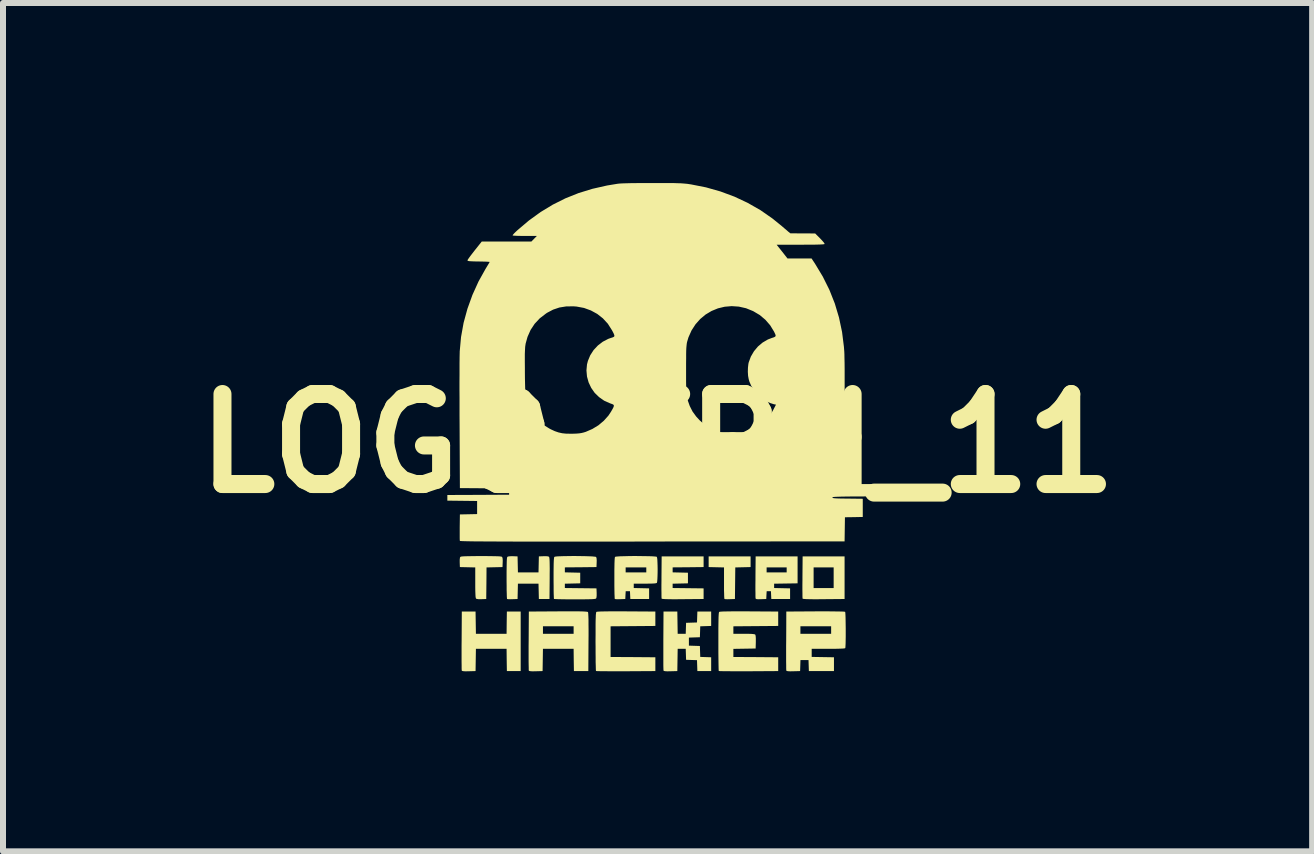
<source format=kicad_pcb>
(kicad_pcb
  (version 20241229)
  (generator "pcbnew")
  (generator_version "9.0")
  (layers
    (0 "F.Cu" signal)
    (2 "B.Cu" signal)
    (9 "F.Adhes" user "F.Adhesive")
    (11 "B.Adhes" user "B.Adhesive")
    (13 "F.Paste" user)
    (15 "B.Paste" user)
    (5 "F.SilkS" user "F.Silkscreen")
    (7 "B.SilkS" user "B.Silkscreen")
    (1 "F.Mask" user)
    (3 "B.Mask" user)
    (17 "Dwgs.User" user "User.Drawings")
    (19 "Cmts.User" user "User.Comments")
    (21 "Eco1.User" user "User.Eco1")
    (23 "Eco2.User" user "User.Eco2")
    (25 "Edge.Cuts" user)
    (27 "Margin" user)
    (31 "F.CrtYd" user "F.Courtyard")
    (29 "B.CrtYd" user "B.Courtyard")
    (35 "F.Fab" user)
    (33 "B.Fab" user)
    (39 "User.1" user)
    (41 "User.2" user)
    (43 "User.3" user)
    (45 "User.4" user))
  (footprint "LOGO_TRH_11"
    (layer "F.Cu")
    (at 7.907 4.337)
    (property "Reference" "LOGO_TRH_11" (at 0 0 0) (layer "F.SilkS") (effects (font (size 1.5 1.5) (thickness 0.3))))
    (attr board_only exclude_from_pos_files exclude_from_bom)
    (fp_poly (pts (xy 1.55 1.973) (xy 1.55 2.062) (xy 1.423 2.065) (xy 1.295 2.068) (xy 1.292 2.331) (xy 1.289 2.594) (xy 1.205 2.597) (xy 1.165 2.598) (xy 1.134 2.597) (xy 1.116 2.594) (xy 1.114 2.593) (xy 1.112 2.581) (xy 1.11 2.551) (xy 1.109 2.506) (xy 1.107 2.449) (xy 1.107 2.382) (xy 1.107 2.327) (xy 1.107 2.068) (xy 0.979 2.065) (xy 0.851 2.062) (xy 0.851 1.973) (xy 0.851 1.884) (xy 1.201 1.884) (xy 1.55 1.884)) (stroke (width 0) (type solid)) (fill yes) (layer "F.SilkS"))
    (fp_poly (pts (xy 3.116 2.239) (xy 3.116 2.594) (xy 2.769 2.597) (xy 2.67 2.598) (xy 2.591 2.598) (xy 2.529 2.597) (xy 2.482 2.596) (xy 2.45 2.594) (xy 2.429 2.592) (xy 2.418 2.589) (xy 2.416 2.587) (xy 2.415 2.573) (xy 2.414 2.542) (xy 2.414 2.494) (xy 2.413 2.434) (xy 2.413 2.362) (xy 2.414 2.283) (xy 2.414 2.239) (xy 2.6 2.239) (xy 2.6 2.412) (xy 2.767 2.412) (xy 2.934 2.412) (xy 2.934 2.239) (xy 2.934 2.067) (xy 2.767 2.067) (xy 2.6 2.067) (xy 2.6 2.239) (xy 2.414 2.239) (xy 2.414 2.229) (xy 2.417 1.884) (xy 2.767 1.884) (xy 3.116 1.884)) (stroke (width 0) (type solid)) (fill yes) (layer "F.SilkS"))
    (fp_poly (pts (xy -3.03 2.988) (xy -3.027 3.174) (xy -2.772 3.174) (xy -2.516 3.174) (xy -2.514 2.988) (xy -2.511 2.803) (xy -2.396 2.803) (xy -2.281 2.803) (xy -2.281 3.299) (xy -2.281 3.795) (xy -2.396 3.795) (xy -2.511 3.795) (xy -2.514 3.61) (xy -2.516 3.424) (xy -2.772 3.424) (xy -3.027 3.424) (xy -3.03 3.61) (xy -3.033 3.795) (xy -3.145 3.798) (xy -3.199 3.799) (xy -3.235 3.797) (xy -3.255 3.793) (xy -3.263 3.787) (xy -3.264 3.775) (xy -3.265 3.743) (xy -3.265 3.695) (xy -3.266 3.632) (xy -3.266 3.557) (xy -3.266 3.471) (xy -3.266 3.378) (xy -3.265 3.289) (xy -3.262 2.803) (xy -3.148 2.803) (xy -3.033 2.803)) (stroke (width 0) (type solid)) (fill yes) (layer "F.SilkS"))
    (fp_poly (pts (xy 0.767 1.973) (xy 0.767 2.062) (xy 0.509 2.065) (xy 0.251 2.067) (xy 0.251 2.109) (xy 0.251 2.15) (xy 0.378 2.153) (xy 0.506 2.156) (xy 0.506 2.245) (xy 0.506 2.333) (xy 0.378 2.336) (xy 0.251 2.339) (xy 0.251 2.375) (xy 0.251 2.411) (xy 0.509 2.414) (xy 0.767 2.417) (xy 0.767 2.506) (xy 0.767 2.594) (xy 0.42 2.597) (xy 0.321 2.598) (xy 0.242 2.598) (xy 0.18 2.597) (xy 0.133 2.596) (xy 0.101 2.594) (xy 0.08 2.592) (xy 0.069 2.589) (xy 0.067 2.587) (xy 0.066 2.573) (xy 0.065 2.542) (xy 0.065 2.494) (xy 0.064 2.434) (xy 0.064 2.362) (xy 0.065 2.283) (xy 0.065 2.229) (xy 0.068 1.884) (xy 0.418 1.884) (xy 0.767 1.884)) (stroke (width 0) (type solid)) (fill yes) (layer "F.SilkS"))
    (fp_poly (pts (xy -2.843 1.879) (xy -2.766 1.88) (xy -2.707 1.881) (xy -2.661 1.882) (xy -2.629 1.884) (xy -2.608 1.887) (xy -2.595 1.89) (xy -2.59 1.894) (xy -2.583 1.914) (xy -2.58 1.95) (xy -2.581 1.985) (xy -2.584 2.062) (xy -2.717 2.065) (xy -2.85 2.068) (xy -2.852 2.331) (xy -2.855 2.594) (xy -2.934 2.597) (xy -2.985 2.597) (xy -3.016 2.592) (xy -3.025 2.587) (xy -3.029 2.577) (xy -3.033 2.554) (xy -3.035 2.517) (xy -3.037 2.464) (xy -3.038 2.394) (xy -3.038 2.321) (xy -3.038 2.068) (xy -3.166 2.065) (xy -3.294 2.062) (xy -3.297 1.985) (xy -3.297 1.939) (xy -3.293 1.906) (xy -3.288 1.894) (xy -3.281 1.89) (xy -3.267 1.886) (xy -3.244 1.884) (xy -3.21 1.882) (xy -3.163 1.881) (xy -3.101 1.88) (xy -3.022 1.879) (xy -2.939 1.879)) (stroke (width 0) (type solid)) (fill yes) (layer "F.SilkS"))
    (fp_poly (pts (xy 2.333 2.109) (xy 2.333 2.333) (xy 2.138 2.336) (xy 1.942 2.339) (xy 1.942 2.375) (xy 1.942 2.411) (xy 2.075 2.414) (xy 2.208 2.417) (xy 2.208 2.506) (xy 2.208 2.594) (xy 2.051 2.594) (xy 1.895 2.594) (xy 1.892 2.529) (xy 1.889 2.464) (xy 1.853 2.464) (xy 1.818 2.464) (xy 1.814 2.529) (xy 1.811 2.594) (xy 1.725 2.597) (xy 1.678 2.598) (xy 1.65 2.596) (xy 1.636 2.59) (xy 1.634 2.587) (xy 1.632 2.573) (xy 1.631 2.542) (xy 1.631 2.494) (xy 1.63 2.434) (xy 1.63 2.362) (xy 1.631 2.283) (xy 1.631 2.229) (xy 1.632 2.109) (xy 1.817 2.109) (xy 1.817 2.151) (xy 1.984 2.151) (xy 2.151 2.151) (xy 2.151 2.109) (xy 2.151 2.067) (xy 1.984 2.067) (xy 1.817 2.067) (xy 1.817 2.109) (xy 1.632 2.109) (xy 1.634 1.884) (xy 1.984 1.884) (xy 2.333 1.884)) (stroke (width 0) (type solid)) (fill yes) (layer "F.SilkS"))
    (fp_poly (pts (xy -0.617 2.8) (xy -0.521 2.8) (xy -0.037 2.803) (xy -0.037 2.923) (xy -0.037 3.043) (xy -0.41 3.046) (xy -0.783 3.049) (xy -0.783 3.304) (xy -0.783 3.56) (xy -0.41 3.562) (xy -0.037 3.565) (xy -0.037 3.68) (xy -0.037 3.795) (xy -0.528 3.798) (xy -0.627 3.798) (xy -0.72 3.798) (xy -0.805 3.798) (xy -0.879 3.797) (xy -0.94 3.797) (xy -0.986 3.796) (xy -1.016 3.795) (xy -1.026 3.793) (xy -1.028 3.782) (xy -1.029 3.751) (xy -1.03 3.704) (xy -1.032 3.643) (xy -1.032 3.569) (xy -1.033 3.484) (xy -1.033 3.391) (xy -1.034 3.304) (xy -1.033 3.187) (xy -1.033 3.09) (xy -1.033 3.011) (xy -1.032 2.947) (xy -1.03 2.898) (xy -1.029 2.861) (xy -1.026 2.836) (xy -1.024 2.819) (xy -1.021 2.811) (xy -1.019 2.809) (xy -1.009 2.806) (xy -0.984 2.804) (xy -0.945 2.802) (xy -0.889 2.801) (xy -0.817 2.8) (xy -0.727 2.8)) (stroke (width 0) (type solid)) (fill yes) (layer "F.SilkS"))
    (fp_poly (pts (xy -2.41 1.881) (xy -2.333 1.884) (xy -2.33 2.017) (xy -2.327 2.151) (xy -2.156 2.151) (xy -1.984 2.151) (xy -1.981 2.017) (xy -1.978 1.884) (xy -1.899 1.881) (xy -1.853 1.881) (xy -1.824 1.884) (xy -1.809 1.891) (xy -1.808 1.893) (xy -1.804 1.904) (xy -1.801 1.928) (xy -1.799 1.967) (xy -1.798 2.021) (xy -1.797 2.093) (xy -1.798 2.184) (xy -1.798 2.251) (xy -1.801 2.594) (xy -1.89 2.594) (xy -1.978 2.594) (xy -1.981 2.466) (xy -1.984 2.339) (xy -2.156 2.339) (xy -2.327 2.339) (xy -2.33 2.466) (xy -2.333 2.594) (xy -2.417 2.597) (xy -2.457 2.598) (xy -2.489 2.597) (xy -2.507 2.594) (xy -2.509 2.593) (xy -2.51 2.581) (xy -2.512 2.551) (xy -2.513 2.505) (xy -2.515 2.445) (xy -2.515 2.375) (xy -2.516 2.297) (xy -2.516 2.244) (xy -2.516 2.148) (xy -2.515 2.07) (xy -2.514 2.01) (xy -2.513 1.964) (xy -2.511 1.931) (xy -2.509 1.909) (xy -2.505 1.896) (xy -2.501 1.89) (xy -2.482 1.884) (xy -2.445 1.881)) (stroke (width 0) (type solid)) (fill yes) (layer "F.SilkS"))
    (fp_poly (pts (xy -1.365 2.8) (xy -1.301 2.8) (xy -1.252 2.801) (xy -1.215 2.803) (xy -1.189 2.805) (xy -1.172 2.807) (xy -1.162 2.81) (xy -1.16 2.812) (xy -1.157 2.822) (xy -1.155 2.846) (xy -1.153 2.885) (xy -1.151 2.939) (xy -1.151 3.01) (xy -1.15 3.098) (xy -1.15 3.206) (xy -1.151 3.311) (xy -1.154 3.795) (xy -1.274 3.795) (xy -1.394 3.795) (xy -1.397 3.61) (xy -1.399 3.424) (xy -1.655 3.424) (xy -1.91 3.424) (xy -1.913 3.61) (xy -1.916 3.795) (xy -2.028 3.798) (xy -2.082 3.799) (xy -2.117 3.797) (xy -2.138 3.793) (xy -2.146 3.787) (xy -2.147 3.775) (xy -2.147 3.743) (xy -2.148 3.695) (xy -2.149 3.632) (xy -2.149 3.557) (xy -2.149 3.471) (xy -2.149 3.378) (xy -2.148 3.289) (xy -2.147 3.111) (xy -1.91 3.111) (xy -1.91 3.174) (xy -1.655 3.174) (xy -1.399 3.174) (xy -1.399 3.111) (xy -1.399 3.048) (xy -1.655 3.048) (xy -1.91 3.048) (xy -1.91 3.111) (xy -2.147 3.111) (xy -2.145 2.803) (xy -1.659 2.8) (xy -1.542 2.8) (xy -1.445 2.8)) (stroke (width 0) (type solid)) (fill yes) (layer "F.SilkS"))
    (fp_poly (pts (xy 0.332 2.988) (xy 0.335 3.174) (xy 0.402 3.174) (xy 0.469 3.174) (xy 0.472 3.082) (xy 0.475 2.991) (xy 0.566 2.988) (xy 0.657 2.985) (xy 0.66 2.894) (xy 0.663 2.803) (xy 0.778 2.803) (xy 0.893 2.803) (xy 0.893 2.923) (xy 0.893 3.043) (xy 0.802 3.046) (xy 0.711 3.049) (xy 0.708 3.14) (xy 0.705 3.231) (xy 0.613 3.234) (xy 0.522 3.237) (xy 0.522 3.304) (xy 0.522 3.371) (xy 0.613 3.374) (xy 0.705 3.377) (xy 0.708 3.468) (xy 0.711 3.559) (xy 0.802 3.562) (xy 0.893 3.565) (xy 0.893 3.68) (xy 0.893 3.795) (xy 0.778 3.795) (xy 0.663 3.795) (xy 0.66 3.704) (xy 0.657 3.613) (xy 0.566 3.61) (xy 0.475 3.607) (xy 0.472 3.516) (xy 0.469 3.424) (xy 0.402 3.424) (xy 0.335 3.424) (xy 0.332 3.61) (xy 0.329 3.795) (xy 0.216 3.798) (xy 0.163 3.799) (xy 0.127 3.797) (xy 0.107 3.793) (xy 0.099 3.787) (xy 0.098 3.775) (xy 0.097 3.743) (xy 0.096 3.695) (xy 0.096 3.632) (xy 0.096 3.557) (xy 0.096 3.471) (xy 0.096 3.378) (xy 0.096 3.289) (xy 0.099 2.803) (xy 0.214 2.803) (xy 0.329 2.803)) (stroke (width 0) (type solid)) (fill yes) (layer "F.SilkS"))
    (fp_poly (pts (xy 1.429 2.8) (xy 1.525 2.8) (xy 2.01 2.803) (xy 2.01 2.923) (xy 2.01 3.043) (xy 1.636 3.046) (xy 1.263 3.049) (xy 1.263 3.111) (xy 1.263 3.174) (xy 1.439 3.174) (xy 1.508 3.174) (xy 1.558 3.175) (xy 1.592 3.178) (xy 1.614 3.181) (xy 1.626 3.186) (xy 1.628 3.188) (xy 1.634 3.208) (xy 1.637 3.247) (xy 1.637 3.305) (xy 1.637 3.311) (xy 1.634 3.419) (xy 1.449 3.422) (xy 1.263 3.425) (xy 1.263 3.492) (xy 1.263 3.56) (xy 1.636 3.562) (xy 2.01 3.565) (xy 2.01 3.68) (xy 2.01 3.795) (xy 1.518 3.798) (xy 1.419 3.798) (xy 1.326 3.798) (xy 1.242 3.798) (xy 1.168 3.797) (xy 1.107 3.797) (xy 1.06 3.796) (xy 1.03 3.795) (xy 1.02 3.793) (xy 1.018 3.782) (xy 1.017 3.751) (xy 1.016 3.704) (xy 1.015 3.643) (xy 1.014 3.569) (xy 1.013 3.484) (xy 1.013 3.391) (xy 1.013 3.304) (xy 1.013 3.187) (xy 1.013 3.09) (xy 1.014 3.011) (xy 1.015 2.947) (xy 1.016 2.898) (xy 1.018 2.861) (xy 1.02 2.836) (xy 1.022 2.819) (xy 1.026 2.811) (xy 1.027 2.809) (xy 1.037 2.806) (xy 1.062 2.804) (xy 1.101 2.802) (xy 1.157 2.801) (xy 1.229 2.8) (xy 1.319 2.8)) (stroke (width 0) (type solid)) (fill yes) (layer "F.SilkS"))
    (fp_poly (pts (xy -1.356 1.878) (xy -1.282 1.879) (xy -1.212 1.88) (xy -1.149 1.882) (xy -1.095 1.884) (xy -1.054 1.888) (xy -1.03 1.891) (xy -1.024 1.894) (xy -1.017 1.914) (xy -1.014 1.95) (xy -1.015 1.985) (xy -1.018 2.062) (xy -1.281 2.065) (xy -1.545 2.067) (xy -1.545 2.109) (xy -1.545 2.15) (xy -1.417 2.153) (xy -1.289 2.156) (xy -1.289 2.245) (xy -1.289 2.333) (xy -1.417 2.336) (xy -1.545 2.339) (xy -1.545 2.375) (xy -1.545 2.411) (xy -1.281 2.414) (xy -1.018 2.417) (xy -1.015 2.493) (xy -1.015 2.54) (xy -1.019 2.572) (xy -1.024 2.585) (xy -1.031 2.589) (xy -1.044 2.592) (xy -1.067 2.595) (xy -1.101 2.597) (xy -1.148 2.598) (xy -1.21 2.599) (xy -1.289 2.599) (xy -1.378 2.6) (xy -1.46 2.599) (xy -1.536 2.599) (xy -1.602 2.598) (xy -1.657 2.597) (xy -1.697 2.595) (xy -1.721 2.594) (xy -1.726 2.593) (xy -1.728 2.581) (xy -1.729 2.551) (xy -1.731 2.505) (xy -1.732 2.445) (xy -1.732 2.375) (xy -1.733 2.297) (xy -1.733 2.245) (xy -1.733 2.143) (xy -1.732 2.061) (xy -1.731 1.997) (xy -1.729 1.949) (xy -1.726 1.917) (xy -1.723 1.898) (xy -1.72 1.892) (xy -1.706 1.888) (xy -1.674 1.884) (xy -1.628 1.882) (xy -1.57 1.88) (xy -1.503 1.879) (xy -1.431 1.878)) (stroke (width 0) (type solid)) (fill yes) (layer "F.SilkS"))
    (fp_poly (pts (xy 2.861 2.8) (xy 2.951 2.801) (xy 3.023 2.802) (xy 3.077 2.803) (xy 3.111 2.805) (xy 3.125 2.808) (xy 3.125 2.808) (xy 3.128 2.821) (xy 3.13 2.851) (xy 3.132 2.895) (xy 3.133 2.951) (xy 3.134 3.015) (xy 3.135 3.083) (xy 3.135 3.152) (xy 3.135 3.22) (xy 3.134 3.282) (xy 3.133 3.336) (xy 3.131 3.378) (xy 3.129 3.405) (xy 3.127 3.413) (xy 3.114 3.417) (xy 3.08 3.42) (xy 3.025 3.422) (xy 2.95 3.424) (xy 2.853 3.424) (xy 2.844 3.424) (xy 2.568 3.424) (xy 2.568 3.492) (xy 2.568 3.559) (xy 2.753 3.562) (xy 2.939 3.565) (xy 2.939 3.68) (xy 2.939 3.795) (xy 2.73 3.795) (xy 2.521 3.795) (xy 2.518 3.704) (xy 2.515 3.612) (xy 2.448 3.612) (xy 2.381 3.612) (xy 2.378 3.704) (xy 2.375 3.795) (xy 2.263 3.798) (xy 2.209 3.799) (xy 2.173 3.797) (xy 2.153 3.793) (xy 2.145 3.787) (xy 2.144 3.775) (xy 2.143 3.743) (xy 2.143 3.695) (xy 2.142 3.632) (xy 2.142 3.557) (xy 2.142 3.471) (xy 2.142 3.378) (xy 2.143 3.289) (xy 2.144 3.111) (xy 2.38 3.111) (xy 2.38 3.174) (xy 2.636 3.174) (xy 2.892 3.174) (xy 2.892 3.111) (xy 2.892 3.048) (xy 2.636 3.048) (xy 2.38 3.048) (xy 2.38 3.111) (xy 2.144 3.111) (xy 2.145 2.803) (xy 2.63 2.8) (xy 2.754 2.8)) (stroke (width 0) (type solid)) (fill yes) (layer "F.SilkS"))
    (fp_poly (pts (xy -0.271 1.879) (xy -0.2 1.88) (xy -0.137 1.881) (xy -0.083 1.883) (xy -0.043 1.886) (xy -0.018 1.889) (xy -0.013 1.892) (xy -0.008 1.907) (xy -0.004 1.938) (xy -0.002 1.983) (xy 0.000002 2.036) (xy 0.001 2.095) (xy 0.000459 2.154) (xy -0.001 2.21) (xy -0.003 2.26) (xy -0.006 2.298) (xy -0.01 2.321) (xy -0.013 2.326) (xy -0.026 2.331) (xy -0.055 2.335) (xy -0.102 2.337) (xy -0.167 2.338) (xy -0.211 2.339) (xy -0.397 2.339) (xy -0.397 2.375) (xy -0.397 2.411) (xy -0.269 2.414) (xy -0.141 2.417) (xy -0.141 2.506) (xy -0.141 2.594) (xy -0.298 2.594) (xy -0.454 2.594) (xy -0.457 2.529) (xy -0.46 2.464) (xy -0.496 2.464) (xy -0.531 2.464) (xy -0.535 2.529) (xy -0.538 2.594) (xy -0.622 2.597) (xy -0.662 2.598) (xy -0.693 2.597) (xy -0.711 2.594) (xy -0.713 2.593) (xy -0.715 2.581) (xy -0.716 2.551) (xy -0.718 2.505) (xy -0.719 2.445) (xy -0.72 2.375) (xy -0.72 2.297) (xy -0.72 2.245) (xy -0.72 2.143) (xy -0.72 2.109) (xy -0.532 2.109) (xy -0.532 2.151) (xy -0.36 2.151) (xy -0.188 2.151) (xy -0.188 2.109) (xy -0.188 2.067) (xy -0.36 2.067) (xy -0.532 2.067) (xy -0.532 2.109) (xy -0.72 2.109) (xy -0.719 2.061) (xy -0.718 1.997) (xy -0.716 1.949) (xy -0.714 1.917) (xy -0.711 1.898) (xy -0.708 1.892) (xy -0.694 1.888) (xy -0.662 1.885) (xy -0.616 1.882) (xy -0.558 1.881) (xy -0.491 1.879) (xy -0.419 1.878) (xy -0.344 1.878)) (stroke (width 0) (type solid)) (fill yes) (layer "F.SilkS"))
    (fp_poly (pts (xy -0.084 -4.337) (xy 0.033 -4.337) (xy 0.131 -4.337) (xy 0.213 -4.337) (xy 0.281 -4.336) (xy 0.337 -4.334) (xy 0.384 -4.333) (xy 0.424 -4.33) (xy 0.46 -4.327) (xy 0.493 -4.324) (xy 0.526 -4.319) (xy 0.559 -4.314) (xy 0.807 -4.265) (xy 1.047 -4.197) (xy 1.279 -4.111) (xy 1.501 -4.007) (xy 1.713 -3.886) (xy 1.913 -3.747) (xy 2.072 -3.618) (xy 2.109 -3.586) (xy 2.145 -3.556) (xy 2.172 -3.532) (xy 2.179 -3.526) (xy 2.213 -3.499) (xy 2.419 -3.498) (xy 2.626 -3.497) (xy 2.708 -3.415) (xy 2.742 -3.379) (xy 2.767 -3.35) (xy 2.781 -3.329) (xy 2.783 -3.321) (xy 2.773 -3.318) (xy 2.748 -3.315) (xy 2.706 -3.313) (xy 2.647 -3.311) (xy 2.569 -3.31) (xy 2.472 -3.31) (xy 2.38 -3.309) (xy 1.984 -3.309) (xy 2.075 -3.195) (xy 2.165 -3.08) (xy 2.366 -3.08) (xy 2.566 -3.08) (xy 2.623 -2.994) (xy 2.753 -2.778) (xy 2.863 -2.557) (xy 2.953 -2.33) (xy 3.023 -2.096) (xy 3.074 -1.855) (xy 3.105 -1.607) (xy 3.111 -1.529) (xy 3.113 -1.485) (xy 3.114 -1.421) (xy 3.116 -1.337) (xy 3.117 -1.234) (xy 3.117 -1.113) (xy 3.117 -0.973) (xy 3.117 -0.817) (xy 3.116 -0.644) (xy 3.115 -0.454) (xy 3.115 -0.342) (xy 3.108 0.679) (xy 3.515 0.679) (xy 3.621 0.679) (xy 3.708 0.679) (xy 3.777 0.68) (xy 3.832 0.681) (xy 3.872 0.682) (xy 3.901 0.684) (xy 3.92 0.687) (xy 3.931 0.69) (xy 3.935 0.693) (xy 3.941 0.713) (xy 3.944 0.751) (xy 3.944 0.795) (xy 3.941 0.882) (xy 3.427 0.885) (xy 3.309 0.886) (xy 3.209 0.886) (xy 3.128 0.887) (xy 3.063 0.888) (xy 3.011 0.89) (xy 2.973 0.891) (xy 2.945 0.893) (xy 2.927 0.895) (xy 2.917 0.898) (xy 2.913 0.902) (xy 2.913 0.903) (xy 2.915 0.908) (xy 2.925 0.912) (xy 2.944 0.915) (xy 2.974 0.917) (xy 3.017 0.919) (xy 3.077 0.92) (xy 3.155 0.921) (xy 3.166 0.921) (xy 3.419 0.924) (xy 3.419 1.075) (xy 3.419 1.227) (xy 3.27 1.23) (xy 3.122 1.232) (xy 3.119 1.433) (xy 3.116 1.634) (xy -0.086 1.636) (xy -0.402 1.637) (xy -0.697 1.637) (xy -0.973 1.637) (xy -1.23 1.637) (xy -1.468 1.637) (xy -1.688 1.637) (xy -1.891 1.637) (xy -2.078 1.637) (xy -2.248 1.637) (xy -2.403 1.637) (xy -2.543 1.636) (xy -2.669 1.636) (xy -2.782 1.635) (xy -2.881 1.635) (xy -2.968 1.634) (xy -3.043 1.634) (xy -3.107 1.633) (xy -3.161 1.632) (xy -3.205 1.631) (xy -3.239 1.63) (xy -3.264 1.629) (xy -3.282 1.628) (xy -3.291 1.627) (xy -3.294 1.626) (xy -3.296 1.612) (xy -3.297 1.58) (xy -3.297 1.534) (xy -3.297 1.478) (xy -3.297 1.413) (xy -3.297 1.399) (xy -3.294 1.185) (xy -3.15 1.182) (xy -3.007 1.179) (xy -3.007 1.07) (xy -3.007 0.961) (xy -3.255 0.958) (xy -3.503 0.955) (xy -3.503 0.908) (xy -3.503 0.861) (xy -2.988 0.859) (xy -2.474 0.856) (xy -2.474 0.804) (xy -2.474 0.752) (xy -2.884 0.749) (xy -3.294 0.746) (xy -3.299 -0.318) (xy -3.3 -0.469) (xy -3.3 -0.617) (xy -3.3 -0.759) (xy -3.301 -0.894) (xy -3.301 -1.022) (xy -3.3 -1.139) (xy -3.3 -1.244) (xy -3.3 -1.336) (xy -3.299 -1.413) (xy -3.299 -1.427) (xy -2.212 -1.427) (xy -2.212 -1.352) (xy -2.211 -1.259) (xy -2.211 -1.184) (xy -2.21 -1.075) (xy -2.208 -0.985) (xy -2.206 -0.91) (xy -2.204 -0.849) (xy -2.2 -0.8) (xy -2.195 -0.758) (xy -2.188 -0.723) (xy -2.179 -0.691) (xy -2.167 -0.66) (xy -2.153 -0.627) (xy -2.136 -0.591) (xy -2.135 -0.59) (xy -2.074 -0.483) (xy -2 -0.392) (xy -1.911 -0.314) (xy -1.806 -0.248) (xy -1.78 -0.234) (xy -1.713 -0.203) (xy -1.652 -0.182) (xy -1.59 -0.168) (xy -1.523 -0.161) (xy -1.442 -0.16) (xy -1.415 -0.16) (xy -1.353 -0.162) (xy -1.306 -0.166) (xy -1.267 -0.172) (xy -1.23 -0.181) (xy -1.195 -0.192) (xy -1.087 -0.239) (xy -0.985 -0.301) (xy -0.895 -0.377) (xy -0.819 -0.462) (xy -0.776 -0.527) (xy -0.749 -0.574) (xy -0.733 -0.606) (xy -0.728 -0.628) (xy -0.734 -0.642) (xy -0.753 -0.653) (xy -0.785 -0.664) (xy -0.795 -0.668) (xy -0.891 -0.711) (xy -0.975 -0.77) (xy -1.048 -0.841) (xy -1.106 -0.924) (xy -1.149 -1.015) (xy -1.176 -1.112) (xy -1.185 -1.213) (xy -1.185 -1.216) (xy 0.475 -1.216) (xy 0.475 -1.113) (xy 0.475 -1.028) (xy 0.476 -0.959) (xy 0.477 -0.905) (xy 0.478 -0.861) (xy 0.48 -0.827) (xy 0.483 -0.8) (xy 0.486 -0.777) (xy 0.491 -0.756) (xy 0.496 -0.736) (xy 0.499 -0.726) (xy 0.536 -0.622) (xy 0.582 -0.531) (xy 0.643 -0.447) (xy 0.704 -0.381) (xy 0.792 -0.303) (xy 0.884 -0.244) (xy 0.983 -0.2) (xy 1.054 -0.178) (xy 1.139 -0.163) (xy 1.234 -0.157) (xy 1.329 -0.16) (xy 1.418 -0.173) (xy 1.436 -0.177) (xy 1.543 -0.212) (xy 1.639 -0.259) (xy 1.728 -0.323) (xy 1.791 -0.381) (xy 1.841 -0.433) (xy 1.878 -0.478) (xy 1.908 -0.523) (xy 1.929 -0.56) (xy 1.973 -0.645) (xy 1.939 -0.651) (xy 1.874 -0.672) (xy 1.804 -0.707) (xy 1.734 -0.756) (xy 1.67 -0.812) (xy 1.609 -0.882) (xy 1.563 -0.952) (xy 1.53 -1.028) (xy 1.518 -1.07) (xy 1.508 -1.125) (xy 1.504 -1.192) (xy 1.506 -1.261) (xy 1.513 -1.324) (xy 1.519 -1.35) (xy 1.554 -1.445) (xy 1.606 -1.534) (xy 1.672 -1.613) (xy 1.75 -1.679) (xy 1.837 -1.73) (xy 1.902 -1.755) (xy 1.939 -1.767) (xy 1.96 -1.778) (xy 1.968 -1.793) (xy 1.962 -1.816) (xy 1.945 -1.852) (xy 1.939 -1.864) (xy 1.876 -1.967) (xy 1.796 -2.059) (xy 1.702 -2.138) (xy 1.594 -2.202) (xy 1.592 -2.203) (xy 1.474 -2.251) (xy 1.354 -2.278) (xy 1.235 -2.286) (xy 1.118 -2.276) (xy 1.006 -2.249) (xy 0.899 -2.205) (xy 0.8 -2.146) (xy 0.71 -2.071) (xy 0.632 -1.983) (xy 0.566 -1.881) (xy 0.515 -1.767) (xy 0.493 -1.694) (xy 0.488 -1.673) (xy 0.485 -1.65) (xy 0.482 -1.622) (xy 0.479 -1.587) (xy 0.477 -1.543) (xy 0.476 -1.487) (xy 0.476 -1.417) (xy 0.475 -1.331) (xy 0.475 -1.226) (xy 0.475 -1.216) (xy -1.185 -1.216) (xy -1.176 -1.315) (xy -1.161 -1.373) (xy -1.122 -1.467) (xy -1.066 -1.554) (xy -0.995 -1.63) (xy -0.913 -1.693) (xy -0.823 -1.74) (xy -0.781 -1.755) (xy -0.749 -1.765) (xy -0.728 -1.775) (xy -0.719 -1.787) (xy -0.722 -1.806) (xy -0.734 -1.835) (xy -0.757 -1.879) (xy -0.763 -1.889) (xy -0.829 -1.993) (xy -0.911 -2.082) (xy -1.005 -2.156) (xy -1.111 -2.214) (xy -1.226 -2.256) (xy -1.35 -2.279) (xy -1.404 -2.283) (xy -1.525 -2.281) (xy -1.636 -2.263) (xy -1.74 -2.228) (xy -1.841 -2.175) (xy -1.86 -2.162) (xy -1.963 -2.083) (xy -2.048 -1.992) (xy -2.116 -1.889) (xy -2.167 -1.774) (xy -2.198 -1.663) (xy -2.202 -1.638) (xy -2.206 -1.61) (xy -2.208 -1.578) (xy -2.21 -1.538) (xy -2.212 -1.489) (xy -2.212 -1.427) (xy -3.299 -1.427) (xy -3.298 -1.473) (xy -3.297 -1.515) (xy -3.297 -1.53) (xy -3.275 -1.771) (xy -3.232 -2.009) (xy -3.168 -2.243) (xy -3.085 -2.473) (xy -2.983 -2.698) (xy -2.867 -2.906) (xy -2.841 -2.949) (xy -2.819 -2.985) (xy -2.804 -3.011) (xy -2.798 -3.023) (xy -2.798 -3.023) (xy -2.808 -3.024) (xy -2.835 -3.026) (xy -2.877 -3.028) (xy -2.93 -3.029) (xy -2.983 -3.03) (xy -3.05 -3.031) (xy -3.099 -3.033) (xy -3.132 -3.035) (xy -3.153 -3.038) (xy -3.164 -3.042) (xy -3.167 -3.047) (xy -3.167 -3.05) (xy -3.161 -3.063) (xy -3.143 -3.089) (xy -3.116 -3.126) (xy -3.082 -3.17) (xy -3.048 -3.214) (xy -2.93 -3.362) (xy -2.516 -3.362) (xy -2.103 -3.362) (xy -2.057 -3.409) (xy -2.011 -3.456) (xy -2.21 -3.456) (xy -2.273 -3.456) (xy -2.328 -3.457) (xy -2.372 -3.459) (xy -2.403 -3.461) (xy -2.416 -3.464) (xy -2.416 -3.464) (xy -2.411 -3.474) (xy -2.393 -3.495) (xy -2.365 -3.523) (xy -2.335 -3.551) (xy -2.145 -3.712) (xy -1.949 -3.854) (xy -1.746 -3.977) (xy -1.536 -4.082) (xy -1.316 -4.17) (xy -1.085 -4.241) (xy -0.842 -4.296) (xy -0.673 -4.324) (xy -0.639 -4.328) (xy -0.591 -4.331) (xy -0.528 -4.333) (xy -0.45 -4.335) (xy -0.354 -4.336) (xy -0.24 -4.337) (xy -0.106 -4.337)) (stroke (width 0) (type solid)) (fill yes) (layer "F.SilkS")))
  (gr_rect
    (start -3 -3)
    (end 18.814 11.136)
    (stroke (width 0.1) (type default))
    (fill no)
    (layer "Edge.Cuts")))
</source>
